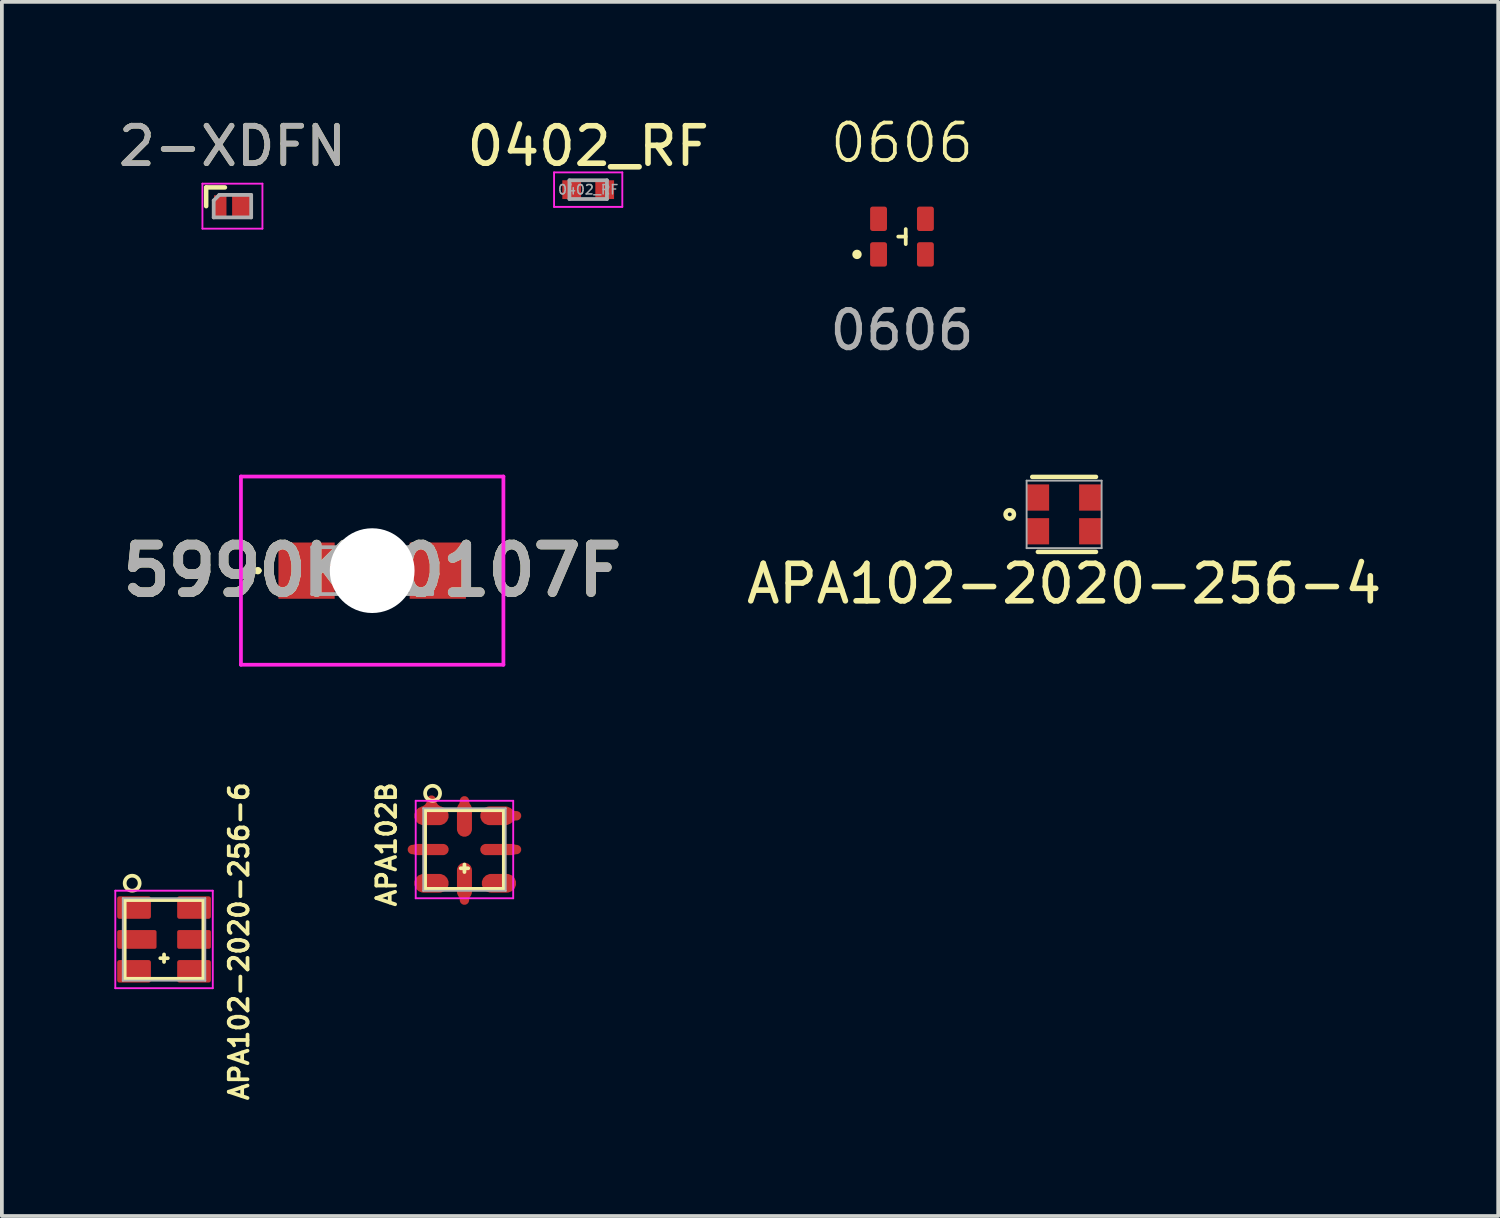
<source format=kicad_pcb>
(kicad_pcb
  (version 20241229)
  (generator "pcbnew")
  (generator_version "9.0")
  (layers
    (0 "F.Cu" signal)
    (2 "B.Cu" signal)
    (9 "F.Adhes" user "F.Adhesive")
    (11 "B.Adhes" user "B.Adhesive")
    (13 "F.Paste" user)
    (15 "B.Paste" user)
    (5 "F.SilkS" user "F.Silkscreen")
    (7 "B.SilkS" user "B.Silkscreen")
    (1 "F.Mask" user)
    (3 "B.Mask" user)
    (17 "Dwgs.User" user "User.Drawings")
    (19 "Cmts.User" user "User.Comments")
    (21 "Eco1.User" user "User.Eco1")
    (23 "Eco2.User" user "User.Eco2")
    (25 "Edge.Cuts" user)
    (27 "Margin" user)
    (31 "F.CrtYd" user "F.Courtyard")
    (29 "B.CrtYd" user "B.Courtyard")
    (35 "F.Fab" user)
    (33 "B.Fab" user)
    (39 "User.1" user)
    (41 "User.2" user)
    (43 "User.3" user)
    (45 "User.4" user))
  (footprint "2-XDFN"
    (layer "F.Cu")
    (at 2.824 2.448)
    (property "Reference" "2-XDFN" (at 0.325 -1.6 0) (layer "F.SilkS") (effects (font (size 1 1) (thickness 0.15))))
    (attr smd)
    (fp_line (start -0.375 -0.5) (end -0.375 0) (stroke (width 0.12) (type solid)) (layer "F.SilkS"))
    (fp_line (start 0.125 -0.5) (end -0.375 -0.5) (stroke (width 0.12) (type solid)) (layer "F.SilkS"))
    (fp_line (start -0.475 -0.6) (end 1.125 -0.6) (stroke (width 0.05) (type solid)) (layer "F.CrtYd"))
    (fp_line (start -0.475 0.6) (end -0.475 -0.6) (stroke (width 0.05) (type solid)) (layer "F.CrtYd"))
    (fp_line (start 1.125 -0.6) (end 1.125 0.6) (stroke (width 0.05) (type solid)) (layer "F.CrtYd"))
    (fp_line (start 1.125 0.6) (end -0.475 0.6) (stroke (width 0.05) (type solid)) (layer "F.CrtYd"))
    (fp_line (start -0.175 0.3) (end -0.175 -0.15) (stroke (width 0.1) (type solid)) (layer "F.Fab"))
    (fp_line (start -0.025 -0.3) (end -0.175 -0.15) (stroke (width 0.1) (type solid)) (layer "F.Fab"))
    (fp_line (start -0.025 -0.3) (end 0.825 -0.3) (stroke (width 0.1) (type solid)) (layer "F.Fab"))
    (fp_line (start 0.825 -0.3) (end 0.825 0.3) (stroke (width 0.1) (type solid)) (layer "F.Fab"))
    (fp_line (start 0.825 0.3) (end -0.175 0.3) (stroke (width 0.1) (type solid)) (layer "F.Fab"))
    (fp_text user "${REFERENCE}" (at 0.325 -1.6 0) (layer "F.Fab") (effects (font (size 1 1) (thickness 0.15))))
    (pad "1" smd rect (at 0 0) (size 0.332 0.579) (layers "F.Cu" "F.Mask" "F.Paste"))
    (pad "2" smd rect (at 0.57 0) (size 0.507 0.579) (layers "F.Cu" "F.Mask" "F.Paste")))
  (footprint "5990K10107F"
    (layer "F.Cu")
    (at 6.876 12.169)
    (property "Reference" "5990K10107F" (at 0 0 0) (layer "F.SilkS") (effects (font (size 1.27 1.27) (thickness 0.254))))
    (attr through_hole)
    (fp_line (start -3.1 0) (end -3.1 0) (stroke (width 0.1) (type solid)) (layer "F.SilkS"))
    (fp_line (start -3 0) (end -3 0) (stroke (width 0.1) (type solid)) (layer "F.SilkS"))
    (fp_arc (start -3.1 0) (mid -3.05 -0.05) (end -3 0) (stroke (width 0.1) (type solid)) (layer "F.SilkS"))
    (fp_arc (start -3 0) (mid -3.05 0.05) (end -3.1 0) (stroke (width 0.1) (type solid)) (layer "F.SilkS"))
    (fp_line (start -3.5 -2.51) (end 3.5 -2.51) (stroke (width 0.1) (type solid)) (layer "F.CrtYd"))
    (fp_line (start -3.5 2.51) (end -3.5 -2.51) (stroke (width 0.1) (type solid)) (layer "F.CrtYd"))
    (fp_line (start 3.5 -2.51) (end 3.5 2.51) (stroke (width 0.1) (type solid)) (layer "F.CrtYd"))
    (fp_line (start 3.5 2.51) (end -3.5 2.51) (stroke (width 0.1) (type solid)) (layer "F.CrtYd"))
    (fp_line (start -1.6 -0.625) (end 1.6 -0.625) (stroke (width 0.1) (type solid)) (layer "F.Fab"))
    (fp_line (start -1.6 0.625) (end -1.6 -0.625) (stroke (width 0.1) (type solid)) (layer "F.Fab"))
    (fp_line (start 1.6 -0.625) (end 1.6 0.625) (stroke (width 0.1) (type solid)) (layer "F.Fab"))
    (fp_line (start 1.6 0.625) (end -1.6 0.625) (stroke (width 0.1) (type solid)) (layer "F.Fab"))
    (fp_text user "${REFERENCE}" (at 0 0 0) (layer "F.Fab") (effects (font (size 1.27 1.27) (thickness 0.254))))
    (pad "" np_thru_hole circle (at 0 0) (size 2.26 2.26) (drill 2.26) (layers "*.Cu" "*.Mask"))
    (pad "1" smd rect (at -1.75 0) (size 1.5 1.5) (layers "F.Cu" "F.Mask" "F.Paste"))
    (pad "2" smd rect (at 1.75 0) (size 1.5 1.5) (layers "F.Cu" "F.Mask" "F.Paste")))
  (footprint "APA102-2020-256-6"
    (layer "F.Cu")
    (at 1.325 22.005)
    (property "Reference" "APA102-2020-256-6" (at 2 0.05 270) (layer "F.SilkS") (effects (font (size 0.5 0.5) (thickness 0.1))))
    (attr smd)
    (fp_line (start -1.05 -1.05) (end -1.05 1.05) (stroke (width 0.1) (type solid)) (layer "F.SilkS"))
    (fp_line (start -1.05 1.05) (end 1.05 1.05) (stroke (width 0.1) (type solid)) (layer "F.SilkS"))
    (fp_line (start -0.1 0.5) (end 0.1 0.5) (stroke (width 0.1) (type solid)) (layer "F.SilkS"))
    (fp_line (start 0 0.4) (end 0 0.6) (stroke (width 0.1) (type solid)) (layer "F.SilkS"))
    (fp_line (start 1.05 -1.05) (end -1.05 -1.05) (stroke (width 0.1) (type solid)) (layer "F.SilkS"))
    (fp_line (start 1.05 1.05) (end 1.05 -1.05) (stroke (width 0.1) (type solid)) (layer "F.SilkS"))
    (fp_circle (center -0.85 -1.5) (end -0.65 -1.5) (stroke (width 0.1) (type solid)) (fill no) (layer "F.SilkS"))
    (fp_line (start -1.3 -1.3) (end 1.3 -1.3) (stroke (width 0.05) (type solid)) (layer "F.CrtYd"))
    (fp_line (start -1.3 1.3) (end -1.3 -1.3) (stroke (width 0.05) (type solid)) (layer "F.CrtYd"))
    (fp_line (start 1.3 -1.3) (end 1.3 1.3) (stroke (width 0.05) (type solid)) (layer "F.CrtYd"))
    (fp_line (start 1.3 1.3) (end -1.3 1.3) (stroke (width 0.05) (type solid)) (layer "F.CrtYd"))
    (fp_line (start -1.1 -1.1) (end 1.1 -1.1) (stroke (width 0.05) (type solid)) (layer "F.Fab"))
    (fp_line (start -1.1 1.1) (end -1.1 -1.1) (stroke (width 0.05) (type solid)) (layer "F.Fab"))
    (fp_line (start 1.1 -1.1) (end 1.1 1.1) (stroke (width 0.05) (type solid)) (layer "F.Fab"))
    (fp_line (start 1.1 1.1) (end -1.1 1.1) (stroke (width 0.05) (type solid)) (layer "F.Fab"))
    (pad "1" smd roundrect (at -0.8 -0.85) (size 0.9 0.6) (layers "F.Cu" "F.Mask" "F.Paste") (roundrect_rratio 0.1))
    (pad "2" smd roundrect (at -0.725 0) (size 1.05 0.5) (layers "F.Cu" "F.Mask" "F.Paste") (roundrect_rratio 0.1))
    (pad "3" smd roundrect (at -0.8 0.85) (size 0.9 0.6) (layers "F.Cu" "F.Mask" "F.Paste") (roundrect_rratio 0.1))
    (pad "4" smd roundrect (at 0.8 0.85) (size 0.9 0.6) (layers "F.Cu" "F.Mask" "F.Paste") (roundrect_rratio 0.1))
    (pad "5" smd roundrect (at 0.8 0 180) (size 0.9 0.5) (layers "F.Cu" "F.Mask" "F.Paste") (roundrect_rratio 0.1))
    (pad "6" smd roundrect (at 0.8 -0.85 180) (size 0.9 0.6) (layers "F.Cu" "F.Mask" "F.Paste") (roundrect_rratio 0.1)))
  (footprint "0606"
    (layer "F.Cu")
    (at 21.006 3.26)
    (property "Reference" "0606" (at 0 -2.5 0) (unlocked yes) (layer "F.SilkS") (effects (font (size 1 1) (thickness 0.1))))
    (attr smd)
    (fp_line (start 0.1 -0.2) (end 0.1 0.2) (stroke (width 0.1) (type default)) (layer "F.SilkS"))
    (fp_line (start 0.1 0) (end -0.1 0) (stroke (width 0.1) (type default)) (layer "F.SilkS"))
    (fp_circle (center -1.2 0.475) (end -1.1 0.475) (stroke (width 0.05) (type solid)) (fill yes) (layer "F.SilkS"))
    (fp_text user "${REFERENCE}" (at 0 2.5 0) (unlocked yes) (layer "F.Fab") (effects (font (size 1 1) (thickness 0.15))))
    (pad "1" smd roundrect (at -0.625 -0.475) (size 0.45 0.65) (layers "F.Cu" "F.Mask" "F.Paste") (roundrect_rratio 0.143))
    (pad "2" smd roundrect (at -0.625 0.475) (size 0.45 0.65) (layers "F.Cu" "F.Mask" "F.Paste") (roundrect_rratio 0.143))
    (pad "3" smd roundrect (at 0.625 0.475) (size 0.45 0.65) (layers "F.Cu" "F.Mask" "F.Paste") (roundrect_rratio 0.143))
    (pad "4" smd roundrect (at 0.625 -0.475) (size 0.45 0.65) (layers "F.Cu" "F.Mask" "F.Paste") (roundrect_rratio 0.143)))
  (footprint "0402_RF"
    (layer "F.Cu")
    (at 12.637 2.008)
    (property "Reference" "0402_RF" (at 0 -1.16 0) (layer "F.SilkS") (effects (font (size 1 1) (thickness 0.15))))
    (attr smd)
    (fp_line (start -0.91 -0.46) (end 0.91 -0.46) (stroke (width 0.05) (type solid)) (layer "F.CrtYd"))
    (fp_line (start -0.91 0.46) (end -0.91 -0.46) (stroke (width 0.05) (type solid)) (layer "F.CrtYd"))
    (fp_line (start 0.91 -0.46) (end 0.91 0.46) (stroke (width 0.05) (type solid)) (layer "F.CrtYd"))
    (fp_line (start 0.91 0.46) (end -0.91 0.46) (stroke (width 0.05) (type solid)) (layer "F.CrtYd"))
    (fp_line (start -0.5 -0.25) (end 0.5 -0.25) (stroke (width 0.1) (type solid)) (layer "F.Fab"))
    (fp_line (start -0.5 0.25) (end -0.5 -0.25) (stroke (width 0.1) (type solid)) (layer "F.Fab"))
    (fp_line (start 0.5 -0.25) (end 0.5 0.25) (stroke (width 0.1) (type solid)) (layer "F.Fab"))
    (fp_line (start 0.5 0.25) (end -0.5 0.25) (stroke (width 0.1) (type solid)) (layer "F.Fab"))
    (fp_text user "${REFERENCE}" (at 0 0 0) (layer "F.Fab") (effects (font (size 0.25 0.25) (thickness 0.04))))
    (pad "1" smd rect (at -0.44 0) (size 0.5 0.5) (layers "F.Cu" "F.Mask" "F.Paste"))
    (pad "2" smd rect (at 0.44 0) (size 0.5 0.5) (layers "F.Cu" "F.Mask" "F.Paste")))
  (footprint "APA102B"
    (layer "F.Cu")
    (at 9.337 19.607)
    (property "Reference" "APA102B" (at -2.076 -0.135 270) (layer "F.SilkS") (effects (font (size 0.5 0.5) (thickness 0.1))))
    (attr smd)
    (fp_line (start -1.05 -1.05) (end -1.05 1.05) (stroke (width 0.1) (type solid)) (layer "F.SilkS"))
    (fp_line (start -1.05 1.05) (end 1.05 1.05) (stroke (width 0.1) (type solid)) (layer "F.SilkS"))
    (fp_line (start -0.1 0.5) (end 0.1 0.5) (stroke (width 0.1) (type solid)) (layer "F.SilkS"))
    (fp_line (start 0 0.4) (end 0 0.6) (stroke (width 0.1) (type solid)) (layer "F.SilkS"))
    (fp_line (start 1.05 -1.05) (end -1.05 -1.05) (stroke (width 0.1) (type solid)) (layer "F.SilkS"))
    (fp_line (start 1.05 1.05) (end 1.05 -1.05) (stroke (width 0.1) (type solid)) (layer "F.SilkS"))
    (fp_circle (center -0.85 -1.5) (end -0.65 -1.5) (stroke (width 0.1) (type solid)) (fill no) (layer "F.SilkS"))
    (fp_line (start -1.3 -1.3) (end 1.3 -1.3) (stroke (width 0.05) (type solid)) (layer "F.CrtYd"))
    (fp_line (start -1.3 1.3) (end -1.3 -1.3) (stroke (width 0.05) (type solid)) (layer "F.CrtYd"))
    (fp_line (start 1.3 -1.3) (end 1.3 1.3) (stroke (width 0.05) (type solid)) (layer "F.CrtYd"))
    (fp_line (start 1.3 1.3) (end -1.3 1.3) (stroke (width 0.05) (type solid)) (layer "F.CrtYd"))
    (fp_line (start -1.1 -1.1) (end -1.1 1.1) (stroke (width 0.05) (type solid)) (layer "F.Fab"))
    (fp_line (start -1.1 1.1) (end 1.1 1.1) (stroke (width 0.05) (type solid)) (layer "F.Fab"))
    (fp_line (start 1.1 -1.1) (end -1.1 -1.1) (stroke (width 0.05) (type solid)) (layer "F.Fab"))
    (fp_line (start 1.1 1.1) (end 1.1 -1.1) (stroke (width 0.05) (type solid)) (layer "F.Fab"))
    (pad "" smd custom (at -0.9 0.9) (size 0.3 0.5) (layers "F.Cu" "F.Mask" "F.Paste") (options (anchor rect)) (primitives (gr_line (start -0.19 0) (end 0.23 0) (width 0.5))))
    (pad "" smd custom (at 0.9 0.9) (size 0.3 0.5) (layers "F.Cu" "F.Mask" "F.Paste") (options (anchor rect)) (primitives (gr_line (start -0.19 0) (end 0.23 0) (width 0.5))))
    (pad "1" smd custom (at -0.88 -0.9) (size 0.3 0.5) (layers "F.Cu" "F.Mask" "F.Paste") (options (anchor rect)) (primitives (gr_line (start 0 -0.23) (end 0 -0.16) (width 0.35)) (gr_line (start -0.21 0) (end 0.21 0) (width 0.5)) (gr_arc (start -0.1 -0.39) (mid -0.155407 -0.282349) (end -0.260401 -0.222058) (width 0.05)) (gr_arc (start 0.260401 -0.222058) (mid 0.155407 -0.282349) (end 0.1 -0.39) (width 0.05)) (gr_line (start 0 -0.42) (end 0 -0.21) (width 0.25))))
    (pad "2" smd custom (at -0.9 0) (size 0.3 0.3) (layers "F.Cu" "F.Mask" "F.Paste") (options (anchor rect)) (primitives (gr_arc (start -0.430769 -0.111488) (mid -0.45997 -0.103608) (end -0.49 -0.1) (width 0.05)) (gr_line (start -0.49 0) (end -0.4 0) (width 0.25)) (gr_arc (start -0.49 0.1) (mid -0.453507 0.104967) (end -0.418441 0.116227) (width 0.05)) (gr_line (start -0.37 0) (end 0.33 0) (width 0.3))))
    (pad "3" smd custom (at 0 -0.8) (size 0.4 0.4) (layers "F.Cu" "F.Mask" "F.Paste") (options (anchor rect)) (primitives (gr_arc (start -0.1 -0.47) (mid -0.114834 -0.422762) (end -0.140138 -0.380204) (width 0.05)) (gr_arc (start 0.144771 -0.374355) (mid 0.116386 -0.419369) (end 0.1 -0.47) (width 0.05)) (gr_line (start 0 -0.5) (end 0 -0.41) (width 0.25)) (gr_line (start 0 -0.28) (end 0 0.26) (width 0.4))))
    (pad "4" smd custom (at 0 0.9) (size 0.4 0.4) (layers "F.Cu" "F.Mask" "F.Paste") (options (anchor rect)) (primitives (gr_line (start 0 0.23) (end 0 -0.35) (width 0.4)) (gr_arc (start 0.1 0.42) (mid 0.114834 0.372762) (end 0.140138 0.330204) (width 0.05)) (gr_line (start 0 0.45) (end 0 0.36) (width 0.25)) (gr_arc (start -0.144771 0.324355) (mid -0.116386 0.369369) (end -0.1 0.42) (width 0.05))))
    (pad "5" smd custom (at 0.9 0 180) (size 0.3 0.3) (layers "F.Cu" "F.Mask" "F.Paste") (options (anchor rect)) (primitives (gr_arc (start -0.430769 -0.111488) (mid -0.45997 -0.103608) (end -0.49 -0.1) (width 0.05)) (gr_line (start -0.49 0) (end -0.4 0) (width 0.25)) (gr_arc (start -0.49 0.1) (mid -0.453507 0.104967) (end -0.418441 0.116227) (width 0.05)) (gr_line (start -0.37 0) (end 0.33 0) (width 0.3))))
    (pad "6" smd custom (at 0.9 -0.9 180) (size 0.3 0.5) (layers "F.Cu" "F.Mask" "F.Paste") (options (anchor rect)) (primitives (gr_line (start -0.19 0) (end 0.23 0) (width 0.5)) (gr_arc (start -0.46 0.1) (mid -0.39381 0.124464) (end -0.339191 0.169144) (width 0.05)) (gr_line (start -0.49 0) (end -0.4 0) (width 0.25)) (gr_arc (start -0.339191 -0.169144) (mid -0.39381 -0.124464) (end -0.46 -0.1) (width 0.05)))))
  (footprint "APA102-2020-256-4"
    (layer "F.Cu")
    (at 25.33 10.669)
    (property "Reference" "APA102-2020-256-4" (at 0 1.85 0) (layer "F.SilkS") (effects (font (size 1 1) (thickness 0.15))))
    (attr through_hole)
    (fp_line (start -0.85 -1) (end 0.85 -1) (stroke (width 0.12) (type solid)) (layer "F.SilkS"))
    (fp_line (start -0.7 1) (end 0.85 1) (stroke (width 0.12) (type solid)) (layer "F.SilkS"))
    (fp_circle (center -1.45 0) (end -1.35 0.05) (stroke (width 0.12) (type solid)) (fill no) (layer "F.SilkS"))
    (fp_line (start -1 -0.9) (end -1 0.9) (stroke (width 0.05) (type solid)) (layer "F.Fab"))
    (fp_line (start -1 0.9) (end 1 0.9) (stroke (width 0.05) (type solid)) (layer "F.Fab"))
    (fp_line (start 1 -0.9) (end -1 -0.9) (stroke (width 0.05) (type solid)) (layer "F.Fab"))
    (fp_line (start 1 0.9) (end 1 -0.9) (stroke (width 0.05) (type solid)) (layer "F.Fab"))
    (pad "1" smd rect (at -0.7 -0.45) (size 0.6 0.7) (layers "F.Cu" "F.Mask" "F.Paste"))
    (pad "2" smd rect (at 0.7 0.45) (size 0.6 0.7) (layers "F.Cu" "F.Mask" "F.Paste"))
    (pad "3" smd rect (at 0.7 -0.45) (size 0.6 0.7) (layers "F.Cu" "F.Mask" "F.Paste"))
    (pad "4" smd rect (at -0.7 0.45) (size 0.6 0.7) (layers "F.Cu" "F.Mask" "F.Paste")))
  (gr_rect
    (start -3 -3)
    (end 36.907 29.381)
    (stroke (width 0.1) (type default))
    (fill no)
    (layer "Edge.Cuts")))
</source>
